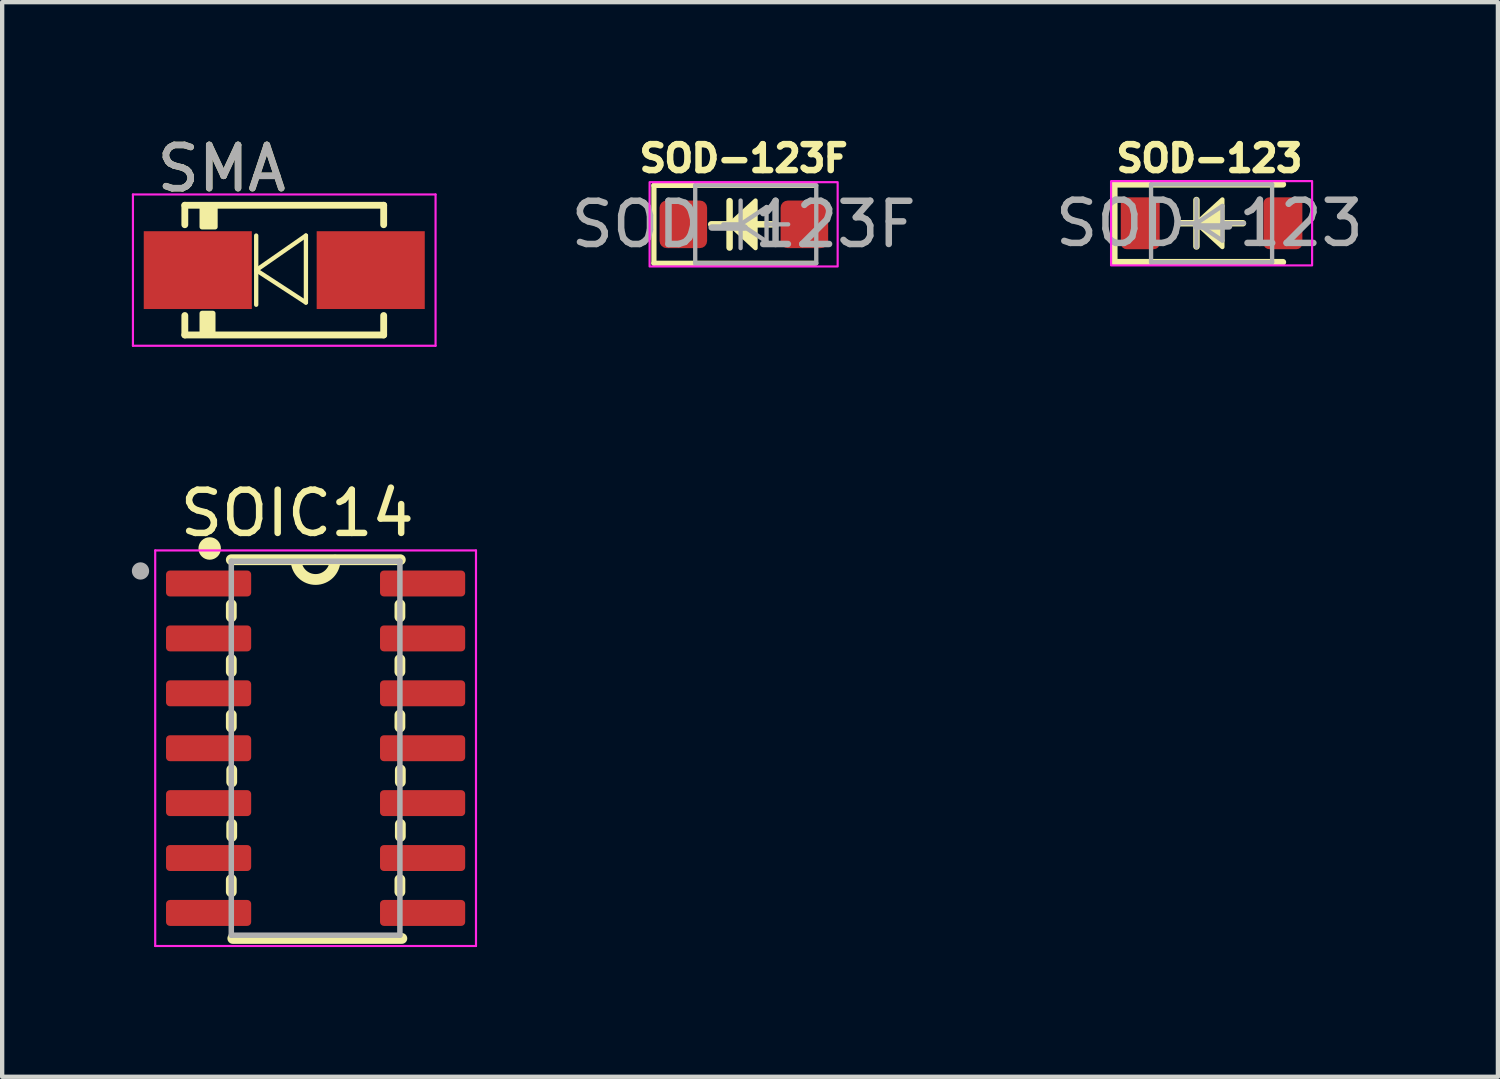
<source format=kicad_pcb>
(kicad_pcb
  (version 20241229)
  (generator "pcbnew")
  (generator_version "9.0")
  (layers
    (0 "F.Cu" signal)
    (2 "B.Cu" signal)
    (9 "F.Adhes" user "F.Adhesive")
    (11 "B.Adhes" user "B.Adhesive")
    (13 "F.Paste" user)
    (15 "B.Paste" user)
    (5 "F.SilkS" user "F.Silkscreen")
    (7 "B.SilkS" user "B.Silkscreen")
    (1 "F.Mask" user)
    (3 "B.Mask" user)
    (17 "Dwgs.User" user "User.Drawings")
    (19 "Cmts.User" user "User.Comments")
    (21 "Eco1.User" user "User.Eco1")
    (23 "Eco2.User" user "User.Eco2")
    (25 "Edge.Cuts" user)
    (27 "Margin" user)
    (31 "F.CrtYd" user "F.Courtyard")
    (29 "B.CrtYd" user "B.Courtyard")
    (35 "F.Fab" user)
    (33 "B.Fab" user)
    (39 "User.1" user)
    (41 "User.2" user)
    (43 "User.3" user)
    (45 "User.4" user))
  (footprint "SOIC14"
    (layer "F.Cu")
    (at 4.25 14.257)
    (property "Reference" "SOIC14" (at -0.425 -5.435 0) (layer "F.SilkS") (effects (font (size 1 1) (thickness 0.15))))
    (attr smd)
    (fp_line (start -1.95 -4.36) (end 1.96 -4.36) (stroke (width 0.25) (type solid)) (layer "F.SilkS"))
    (fp_line (start -1.95 -3.32) (end -1.95 -3.04) (stroke (width 0.25) (type solid)) (layer "F.SilkS"))
    (fp_line (start -1.95 -2.05) (end -1.95 -1.77) (stroke (width 0.25) (type solid)) (layer "F.SilkS"))
    (fp_line (start -1.95 -0.77) (end -1.95 -0.49) (stroke (width 0.25) (type solid)) (layer "F.SilkS"))
    (fp_line (start -1.95 3.04) (end -1.95 3.32) (stroke (width 0.25) (type solid)) (layer "F.SilkS"))
    (fp_line (start -1.94 0.5) (end -1.94 0.78) (stroke (width 0.25) (type solid)) (layer "F.SilkS"))
    (fp_line (start -1.94 1.76) (end -1.94 2.04) (stroke (width 0.25) (type solid)) (layer "F.SilkS"))
    (fp_line (start -1.915 4.4) (end 1.995 4.4) (stroke (width 0.25) (type solid)) (layer "F.SilkS"))
    (fp_line (start 1.95 -3.32) (end 1.95 -3.04) (stroke (width 0.25) (type solid)) (layer "F.SilkS"))
    (fp_line (start 1.95 -2.05) (end 1.95 -1.77) (stroke (width 0.25) (type solid)) (layer "F.SilkS"))
    (fp_line (start 1.95 -0.77) (end 1.95 -0.49) (stroke (width 0.25) (type solid)) (layer "F.SilkS"))
    (fp_line (start 1.95 3.04) (end 1.95 3.32) (stroke (width 0.25) (type solid)) (layer "F.SilkS"))
    (fp_line (start 1.96 0.5) (end 1.96 0.78) (stroke (width 0.25) (type solid)) (layer "F.SilkS"))
    (fp_line (start 1.96 1.76) (end 1.96 2.04) (stroke (width 0.25) (type solid)) (layer "F.SilkS"))
    (fp_arc (start 0.45 -4.35) (mid 0.009833 -3.90497) (end -0.45 -4.34) (stroke (width 0.25) (type solid)) (layer "F.SilkS"))
    (fp_circle (center -2.45 -4.62) (end -2.29 -4.62) (stroke (width 0.2) (type solid)) (fill yes) (layer "F.SilkS"))
    (fp_line (start -3.71 -4.575) (end 3.71 -4.575) (stroke (width 0.05) (type solid)) (layer "F.CrtYd"))
    (fp_line (start -3.71 4.575) (end -3.71 -4.575) (stroke (width 0.05) (type solid)) (layer "F.CrtYd"))
    (fp_line (start 3.71 -4.575) (end 3.71 4.575) (stroke (width 0.05) (type solid)) (layer "F.CrtYd"))
    (fp_line (start 3.71 4.575) (end -3.71 4.575) (stroke (width 0.05) (type solid)) (layer "F.CrtYd"))
    (fp_line (start -1.95 -4.325) (end 1.95 -4.325) (stroke (width 0.127) (type solid)) (layer "F.Fab"))
    (fp_line (start -1.95 4.325) (end -1.95 -4.325) (stroke (width 0.127) (type solid)) (layer "F.Fab"))
    (fp_line (start 1.95 -4.325) (end 1.95 4.325) (stroke (width 0.127) (type solid)) (layer "F.Fab"))
    (fp_line (start 1.95 4.325) (end -1.95 4.325) (stroke (width 0.127) (type solid)) (layer "F.Fab"))
    (fp_circle (center -4.05 -4.1) (end -3.95 -4.1) (stroke (width 0.2) (type solid)) (fill no) (layer "F.Fab"))
    (pad "1" smd roundrect (at -2.475 -3.81) (size 1.97 0.6) (layers "F.Cu" "F.Mask" "F.Paste") (roundrect_rratio 0.15))
    (pad "2" smd roundrect (at -2.475 -2.54) (size 1.97 0.6) (layers "F.Cu" "F.Mask" "F.Paste") (roundrect_rratio 0.15))
    (pad "3" smd roundrect (at -2.475 -1.27) (size 1.97 0.6) (layers "F.Cu" "F.Mask" "F.Paste") (roundrect_rratio 0.15))
    (pad "4" smd roundrect (at -2.475 0) (size 1.97 0.6) (layers "F.Cu" "F.Mask" "F.Paste") (roundrect_rratio 0.15))
    (pad "5" smd roundrect (at -2.475 1.27) (size 1.97 0.6) (layers "F.Cu" "F.Mask" "F.Paste") (roundrect_rratio 0.15))
    (pad "6" smd roundrect (at -2.475 2.54) (size 1.97 0.6) (layers "F.Cu" "F.Mask" "F.Paste") (roundrect_rratio 0.15))
    (pad "7" smd roundrect (at -2.475 3.81) (size 1.97 0.6) (layers "F.Cu" "F.Mask" "F.Paste") (roundrect_rratio 0.15))
    (pad "8" smd roundrect (at 2.475 3.81) (size 1.97 0.6) (layers "F.Cu" "F.Mask" "F.Paste") (roundrect_rratio 0.15))
    (pad "9" smd roundrect (at 2.475 2.54) (size 1.97 0.6) (layers "F.Cu" "F.Mask" "F.Paste") (roundrect_rratio 0.15))
    (pad "10" smd roundrect (at 2.475 1.27) (size 1.97 0.6) (layers "F.Cu" "F.Mask" "F.Paste") (roundrect_rratio 0.15))
    (pad "11" smd roundrect (at 2.475 0) (size 1.97 0.6) (layers "F.Cu" "F.Mask" "F.Paste") (roundrect_rratio 0.15))
    (pad "12" smd roundrect (at 2.475 -1.27) (size 1.97 0.6) (layers "F.Cu" "F.Mask" "F.Paste") (roundrect_rratio 0.15))
    (pad "13" smd roundrect (at 2.475 -2.54) (size 1.97 0.6) (layers "F.Cu" "F.Mask" "F.Paste") (roundrect_rratio 0.15))
    (pad "14" smd roundrect (at 2.475 -3.81) (size 1.97 0.6) (layers "F.Cu" "F.Mask" "F.Paste") (roundrect_rratio 0.15)))
  (footprint "SOD-123"
    (layer "F.Cu")
    (at 24.925 2.114)
    (property "Reference" "SOD-123" (at 0 -1.5 0) (unlocked yes) (layer "F.SilkS") (effects (font (size 0.6 0.6) (thickness 0.15) (bold yes))))
    (attr smd)
    (fp_line (start -2.2 -0.9) (end -2.2 0.9) (stroke (width 0.15) (type solid)) (layer "F.SilkS"))
    (fp_line (start -2.2 -0.9) (end 1.7 -0.9) (stroke (width 0.15) (type solid)) (layer "F.SilkS"))
    (fp_line (start -2.2 0.9) (end 1.7 0.9) (stroke (width 0.15) (type solid)) (layer "F.SilkS"))
    (fp_line (start -0.725 0) (end 0.775 0) (stroke (width 0.15) (type solid)) (layer "F.SilkS"))
    (fp_line (start -0.3 -0.537) (end -0.3 0.537) (stroke (width 0.15) (type solid)) (layer "F.SilkS"))
    (fp_poly (pts (xy -0.3 0) (xy 0.3 -0.55) (xy 0.3 0.55)) (stroke (width 0.1) (type solid)) (fill yes) (layer "F.SilkS"))
    (fp_rect (start -2.275 -0.975) (end 2.375 0.975) (stroke (width 0.05) (type default)) (fill no) (layer "F.CrtYd"))
    (fp_line (start -1.35 -0.9) (end 1.45 -0.9) (stroke (width 0.1) (type solid)) (layer "F.Fab"))
    (fp_line (start -1.35 0.9) (end -1.35 -0.9) (stroke (width 0.1) (type solid)) (layer "F.Fab"))
    (fp_line (start -0.7 0) (end -0.3 0) (stroke (width 0.1) (type solid)) (layer "F.Fab"))
    (fp_line (start -0.3 0) (end -0.3 -0.55) (stroke (width 0.1) (type solid)) (layer "F.Fab"))
    (fp_line (start -0.3 0) (end -0.3 0.55) (stroke (width 0.1) (type solid)) (layer "F.Fab"))
    (fp_line (start -0.3 0) (end 0.3 -0.4) (stroke (width 0.1) (type solid)) (layer "F.Fab"))
    (fp_line (start 0.3 -0.4) (end 0.3 0.4) (stroke (width 0.1) (type solid)) (layer "F.Fab"))
    (fp_line (start 0.3 0) (end 0.8 0) (stroke (width 0.1) (type solid)) (layer "F.Fab"))
    (fp_line (start 0.3 0.4) (end -0.3 0) (stroke (width 0.1) (type solid)) (layer "F.Fab"))
    (fp_line (start 1.45 -0.9) (end 1.45 0.9) (stroke (width 0.1) (type solid)) (layer "F.Fab"))
    (fp_line (start 1.45 0.9) (end -1.35 0.9) (stroke (width 0.1) (type solid)) (layer "F.Fab"))
    (fp_text user "${REFERENCE}" (at 0 0 0) (unlocked yes) (layer "F.Fab") (effects (font (size 1 1) (thickness 0.15))))
    (pad "1" smd roundrect (at -1.6 0) (size 0.9 1.2) (layers "F.Cu" "F.Mask" "F.Paste") (roundrect_rratio 0.15))
    (pad "2" smd roundrect (at 1.7 0) (size 0.9 1.2) (layers "F.Cu" "F.Mask" "F.Paste") (roundrect_rratio 0.15)))
  (footprint "SMA"
    (layer "F.Cu")
    (at 3.575 3.148)
    (property "Reference" "SMA" (at -1.5 -2.3 0) (unlocked yes) (layer "F.SilkS") (effects (font (size 1 1) (thickness 0.15))))
    (attr smd)
    (fp_line (start -2.35 -1) (end -2.35 -1.45) (stroke (width 0.158) (type solid)) (layer "F.SilkS"))
    (fp_line (start -2.35 1.55) (end -2.35 1.1) (stroke (width 0.158) (type solid)) (layer "F.SilkS"))
    (fp_line (start -0.699 -0.749) (end -0.699 0.851) (stroke (width 0.1) (type solid)) (layer "F.SilkS"))
    (fp_line (start -0.699 0.051) (end 0.451 -0.749) (stroke (width 0.1) (type solid)) (layer "F.SilkS"))
    (fp_line (start -0.699 0.051) (end 0.451 0.8) (stroke (width 0.1) (type solid)) (layer "F.SilkS"))
    (fp_line (start 0.451 0.8) (end 0.451 -0.749) (stroke (width 0.1) (type solid)) (layer "F.SilkS"))
    (fp_line (start 2.25 -1.45) (end -2.35 -1.45) (stroke (width 0.158) (type solid)) (layer "F.SilkS"))
    (fp_line (start 2.25 -1) (end 2.25 -1.45) (stroke (width 0.158) (type solid)) (layer "F.SilkS"))
    (fp_line (start 2.25 1.55) (end -2.35 1.55) (stroke (width 0.158) (type solid)) (layer "F.SilkS"))
    (fp_line (start 2.25 1.55) (end 2.25 1.1) (stroke (width 0.158) (type solid)) (layer "F.SilkS"))
    (fp_rect (start -1.95 -1.45) (end -1.65 -0.95) (stroke (width 0.12) (type solid)) (fill yes) (layer "F.SilkS"))
    (fp_rect (start -1.95 1.05) (end -1.7 1.55) (stroke (width 0.12) (type solid)) (fill yes) (layer "F.SilkS"))
    (fp_line (start -3.55 -1.7) (end 3.45 -1.7) (stroke (width 0.05) (type solid)) (layer "F.CrtYd"))
    (fp_line (start -3.55 1.8) (end -3.55 -1.7) (stroke (width 0.05) (type solid)) (layer "F.CrtYd"))
    (fp_line (start 3.45 -1.7) (end 3.45 1.8) (stroke (width 0.05) (type solid)) (layer "F.CrtYd"))
    (fp_line (start 3.45 1.8) (end -3.55 1.8) (stroke (width 0.05) (type solid)) (layer "F.CrtYd"))
    (fp_text user "${REFERENCE}" (at -1.5 -2.3 0) (unlocked yes) (layer "F.Fab") (effects (font (size 1 1) (thickness 0.15))))
    (pad "1" smd rect (at 1.95 0.05) (size 2.5 1.8) (layers "F.Cu" "F.Mask" "F.Paste"))
    (pad "2" smd rect (at -2.05 0.05) (size 2.5 1.8) (layers "F.Cu" "F.Mask" "F.Paste")))
  (footprint "SOD-123F"
    (layer "F.Cu")
    (at 14.151 2.139)
    (property "Reference" "SOD-123F" (at 0 -1.525 0) (unlocked yes) (layer "F.SilkS") (effects (font (size 0.6 0.6) (thickness 0.15) (bold yes))))
    (attr smd)
    (fp_line (start -2.075 -0.9) (end -2.075 0.9) (stroke (width 0.12) (type solid)) (layer "F.SilkS"))
    (fp_line (start -2.075 -0.9) (end 1.655 -0.9) (stroke (width 0.12) (type solid)) (layer "F.SilkS"))
    (fp_line (start -2.075 0.9) (end 1.655 0.9) (stroke (width 0.12) (type solid)) (layer "F.SilkS"))
    (fp_line (start -0.75 0) (end 0.75 0) (stroke (width 0.15) (type solid)) (layer "F.SilkS"))
    (fp_line (start -0.325 -0.537) (end -0.325 0.537) (stroke (width 0.15) (type solid)) (layer "F.SilkS"))
    (fp_poly (pts (xy -0.325 0) (xy 0.275 -0.55) (xy 0.275 0.55)) (stroke (width 0.1) (type solid)) (fill yes) (layer "F.SilkS"))
    (fp_rect (start -2.175 -0.975) (end 2.175 0.975) (stroke (width 0.05) (type default)) (fill no) (layer "F.CrtYd"))
    (fp_line (start -1.12 -0.9) (end 1.68 -0.9) (stroke (width 0.1) (type solid)) (layer "F.Fab"))
    (fp_line (start -1.12 0.9) (end -1.12 -0.9) (stroke (width 0.1) (type solid)) (layer "F.Fab"))
    (fp_line (start -0.47 0) (end -0.07 0) (stroke (width 0.1) (type solid)) (layer "F.Fab"))
    (fp_line (start -0.07 0) (end -0.07 -0.55) (stroke (width 0.1) (type solid)) (layer "F.Fab"))
    (fp_line (start -0.07 0) (end -0.07 0.55) (stroke (width 0.1) (type solid)) (layer "F.Fab"))
    (fp_line (start -0.07 0) (end 0.53 -0.4) (stroke (width 0.1) (type solid)) (layer "F.Fab"))
    (fp_line (start 0.53 -0.4) (end 0.53 0.4) (stroke (width 0.1) (type solid)) (layer "F.Fab"))
    (fp_line (start 0.53 0) (end 1.03 0) (stroke (width 0.1) (type solid)) (layer "F.Fab"))
    (fp_line (start 0.53 0.4) (end -0.07 0) (stroke (width 0.1) (type solid)) (layer "F.Fab"))
    (fp_line (start 1.68 -0.9) (end 1.68 0.9) (stroke (width 0.1) (type solid)) (layer "F.Fab"))
    (fp_line (start 1.68 0.9) (end -1.12 0.9) (stroke (width 0.1) (type solid)) (layer "F.Fab"))
    (fp_text user "${REFERENCE}" (at 0 0 0) (unlocked yes) (layer "F.Fab") (effects (font (size 1 1) (thickness 0.15))))
    (pad "1" smd roundrect (at -1.395 0) (size 1.1 1.1) (layers "F.Cu" "F.Mask" "F.Paste") (roundrect_rratio 0.15))
    (pad "2" smd roundrect (at 1.405 0) (size 1.1 1.1) (layers "F.Cu" "F.Mask" "F.Paste") (roundrect_rratio 0.15)))
  (gr_rect
    (start -3 -3)
    (end 31.598 21.857)
    (stroke (width 0.1) (type default))
    (fill no)
    (layer "Edge.Cuts")))
</source>
